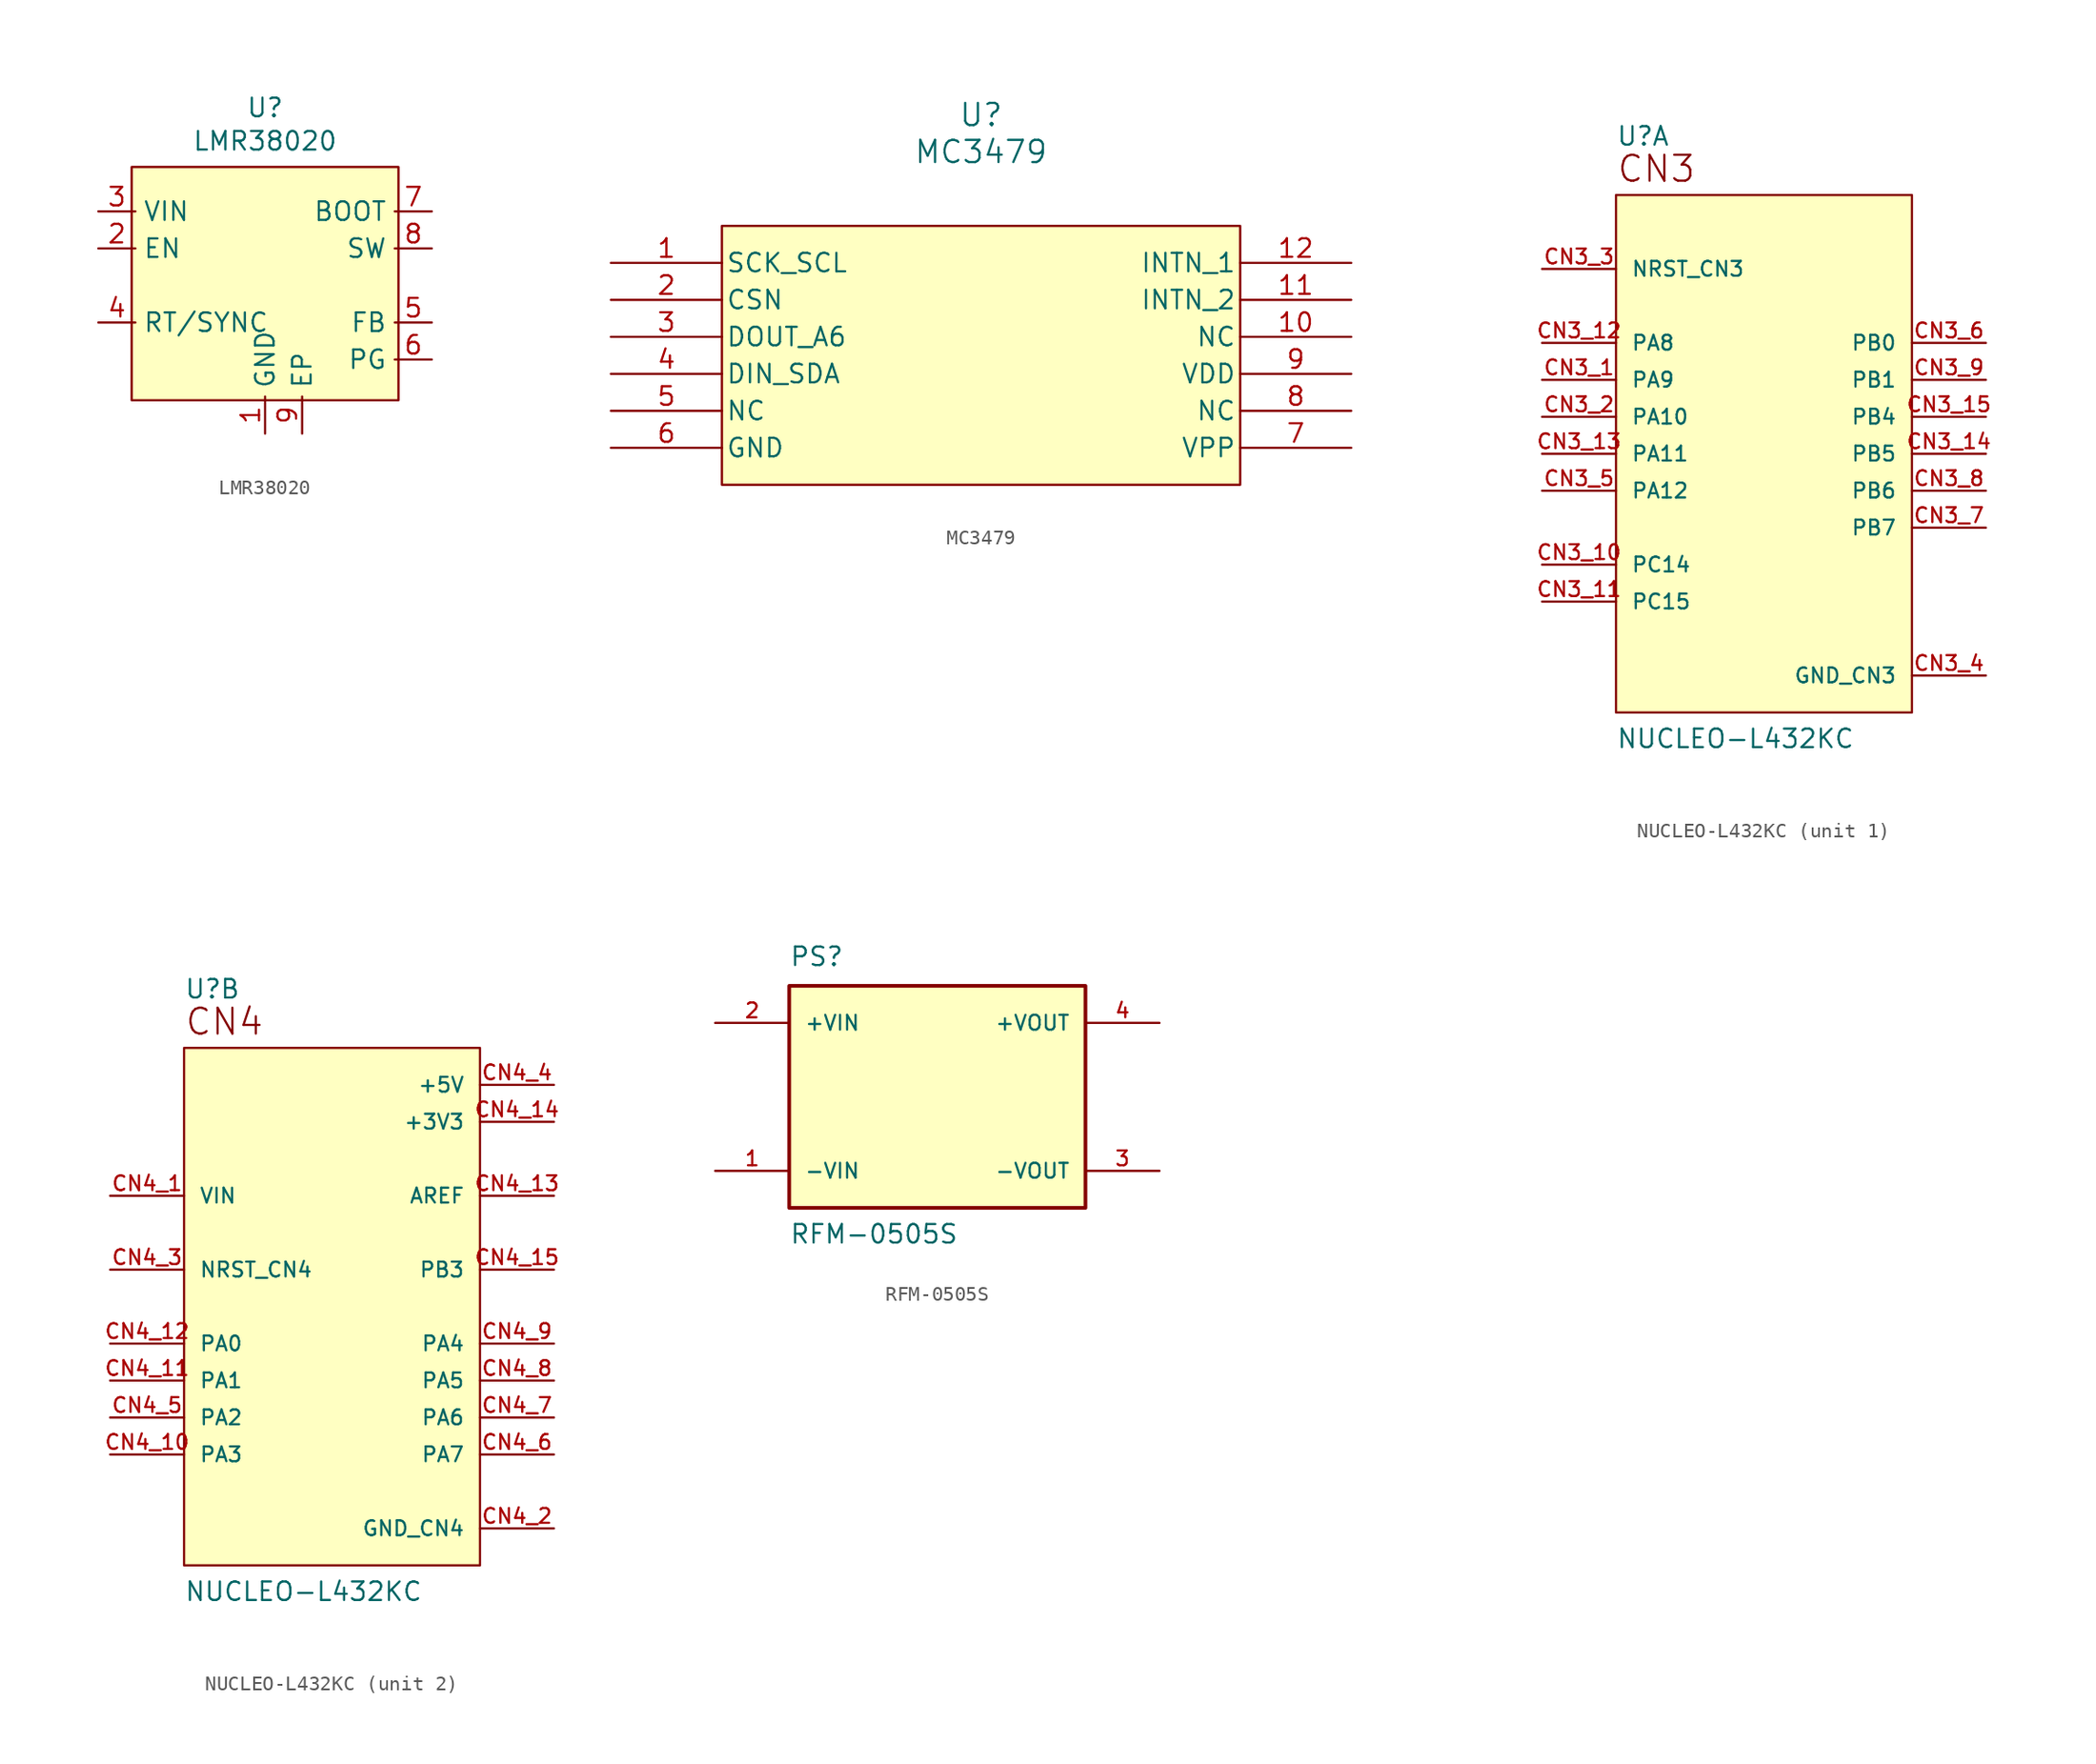
<source format=kicad_sym>
(kicad_symbol_lib
  (version 20231120)
  (generator "kicad_symbol_editor")
  (generator_version "8.0")
  (symbol "LMR38020"
    (property "Reference" "U"
      (at 0 13.462 0)
      (effects (font (size 1.27 1.27))))
    (property "Value" "LMR38020"
      (at 0 11.176 0)
      (effects (font (size 1.27 1.27))))
    (symbol "LMR38020_1_1"
      (rectangle (start -9.144 9.398) (end 9.144 -6.604) (stroke (width 0) (type default)) (fill (type background)))
      (pin power_in line (at 0 -8.89 90) (length 2.54) (name "GND" (effects (font (size 1.27 1.27)))) (number "1" (effects (font (size 1.27 1.27)))))
      (pin power_in line (at -11.43 3.81 0) (length 2.54) (name "EN" (effects (font (size 1.27 1.27)))) (number "2" (effects (font (size 1.27 1.27)))))
      (pin power_in line (at -11.43 6.35 0) (length 2.54) (name "VIN" (effects (font (size 1.27 1.27)))) (number "3" (effects (font (size 1.27 1.27)))))
      (pin power_in line (at -11.43 -1.27 0) (length 2.54) (name "RT/SYNC" (effects (font (size 1.27 1.27)))) (number "4" (effects (font (size 1.27 1.27)))))
      (pin power_in line (at 11.43 -1.27 180) (length 2.54) (name "FB" (effects (font (size 1.27 1.27)))) (number "5" (effects (font (size 1.27 1.27)))))
      (pin power_in line (at 11.43 -3.81 180) (length 2.54) (name "PG" (effects (font (size 1.27 1.27)))) (number "6" (effects (font (size 1.27 1.27)))))
      (pin power_in line (at 11.43 6.35 180) (length 2.54) (name "BOOT" (effects (font (size 1.27 1.27)))) (number "7" (effects (font (size 1.27 1.27)))))
      (pin power_in line (at 11.43 3.81 180) (length 2.54) (name "SW" (effects (font (size 1.27 1.27)))) (number "8" (effects (font (size 1.27 1.27)))))
      (pin input line (at 2.54 -8.89 90) (length 2.54) (name "EP" (effects (font (size 1.27 1.27)))) (number "9" (effects (font (size 1.27 1.27)))))))
  (symbol "MC3479"
    (pin_names
      (offset 0.254))
    (property "Reference" "U"
      (at 25.4 10.16 0)
      (effects (font (size 1.524 1.524))))
    (property "Value" "MC3479"
      (at 25.4 7.62 0)
      (effects (font (size 1.524 1.524))))
    (symbol "MC3479_0_1"
      (pin unspecified line (at 0 0 0) (length 7.62) (name "SCK_SCL" (effects (font (size 1.27 1.27)))) (number "1" (effects (font (size 1.27 1.27)))))
      (pin unspecified line (at 50.8 -5.08 180) (length 7.62) (name "NC" (effects (font (size 1.27 1.27)))) (number "10" (effects (font (size 1.27 1.27)))))
      (pin unspecified line (at 50.8 -2.54 180) (length 7.62) (name "INTN_2" (effects (font (size 1.27 1.27)))) (number "11" (effects (font (size 1.27 1.27)))))
      (pin unspecified line (at 50.8 0 180) (length 7.62) (name "INTN_1" (effects (font (size 1.27 1.27)))) (number "12" (effects (font (size 1.27 1.27)))))
      (pin unspecified line (at 0 -2.54 0) (length 7.62) (name "CSN" (effects (font (size 1.27 1.27)))) (number "2" (effects (font (size 1.27 1.27)))))
      (pin unspecified line (at 0 -5.08 0) (length 7.62) (name "DOUT_A6" (effects (font (size 1.27 1.27)))) (number "3" (effects (font (size 1.27 1.27)))))
      (pin unspecified line (at 0 -7.62 0) (length 7.62) (name "DIN_SDA" (effects (font (size 1.27 1.27)))) (number "4" (effects (font (size 1.27 1.27)))))
      (pin unspecified line (at 0 -10.16 0) (length 7.62) (name "NC" (effects (font (size 1.27 1.27)))) (number "5" (effects (font (size 1.27 1.27)))))
      (pin unspecified line (at 0 -12.7 0) (length 7.62) (name "GND" (effects (font (size 1.27 1.27)))) (number "6" (effects (font (size 1.27 1.27)))))
      (pin unspecified line (at 50.8 -12.7 180) (length 7.62) (name "VPP" (effects (font (size 1.27 1.27)))) (number "7" (effects (font (size 1.27 1.27)))))
      (pin unspecified line (at 50.8 -10.16 180) (length 7.62) (name "NC" (effects (font (size 1.27 1.27)))) (number "8" (effects (font (size 1.27 1.27)))))
      (pin unspecified line (at 50.8 -7.62 180) (length 7.62) (name "VDD" (effects (font (size 1.27 1.27)))) (number "9" (effects (font (size 1.27 1.27))))))
    (symbol "MC3479_1_1"
      (rectangle (start 7.62 2.54) (end 43.18 -15.24) (stroke (width 0) (type default)) (fill (type background)))))
  (symbol "NUCLEO-L432KC"
    (pin_names
      (offset 1.016))
    (property "Reference" "U"
      (at -10.16 21.082 0)
      (effects (font (size 1.27 1.27)) (justify left bottom)))
    (property "Value" "NUCLEO-L432KC"
      (at -10.16 -20.32 0)
      (effects (font (size 1.27 1.27)) (justify left bottom)))
    (symbol "NUCLEO-L432KC_1_0"
      (rectangle (start -10.16 -17.78) (end 10.16 17.78) (stroke (width 0.152) (type default)) (fill (type background)))
      (text "CN3" (at -10.16 18.542 0) (effects (font (size 1.778 1.778)) (justify left bottom)))
      (pin bidirectional line (at -15.24 5.08 0) (length 5.08) (name "PA9" (effects (font (size 1.016 1.016)))) (number "CN3_1" (effects (font (size 1.016 1.016)))))
      (pin bidirectional line (at -15.24 -7.62 0) (length 5.08) (name "PC14" (effects (font (size 1.016 1.016)))) (number "CN3_10" (effects (font (size 1.016 1.016)))))
      (pin bidirectional line (at -15.24 -10.16 0) (length 5.08) (name "PC15" (effects (font (size 1.016 1.016)))) (number "CN3_11" (effects (font (size 1.016 1.016)))))
      (pin bidirectional line (at -15.24 7.62 0) (length 5.08) (name "PA8" (effects (font (size 1.016 1.016)))) (number "CN3_12" (effects (font (size 1.016 1.016)))))
      (pin bidirectional line (at -15.24 0 0) (length 5.08) (name "PA11" (effects (font (size 1.016 1.016)))) (number "CN3_13" (effects (font (size 1.016 1.016)))))
      (pin bidirectional line (at 15.24 0 180) (length 5.08) (name "PB5" (effects (font (size 1.016 1.016)))) (number "CN3_14" (effects (font (size 1.016 1.016)))))
      (pin bidirectional line (at 15.24 2.54 180) (length 5.08) (name "PB4" (effects (font (size 1.016 1.016)))) (number "CN3_15" (effects (font (size 1.016 1.016)))))
      (pin bidirectional line (at -15.24 2.54 0) (length 5.08) (name "PA10" (effects (font (size 1.016 1.016)))) (number "CN3_2" (effects (font (size 1.016 1.016)))))
      (pin bidirectional line (at -15.24 12.7 0) (length 5.08) (name "NRST_CN3" (effects (font (size 1.016 1.016)))) (number "CN3_3" (effects (font (size 1.016 1.016)))))
      (pin power_in line (at 15.24 -15.24 180) (length 5.08) (name "GND_CN3" (effects (font (size 1.016 1.016)))) (number "CN3_4" (effects (font (size 1.016 1.016)))))
      (pin bidirectional line (at -15.24 -2.54 0) (length 5.08) (name "PA12" (effects (font (size 1.016 1.016)))) (number "CN3_5" (effects (font (size 1.016 1.016)))))
      (pin bidirectional line (at 15.24 7.62 180) (length 5.08) (name "PB0" (effects (font (size 1.016 1.016)))) (number "CN3_6" (effects (font (size 1.016 1.016)))))
      (pin bidirectional line (at 15.24 -5.08 180) (length 5.08) (name "PB7" (effects (font (size 1.016 1.016)))) (number "CN3_7" (effects (font (size 1.016 1.016)))))
      (pin bidirectional line (at 15.24 -2.54 180) (length 5.08) (name "PB6" (effects (font (size 1.016 1.016)))) (number "CN3_8" (effects (font (size 1.016 1.016)))))
      (pin bidirectional line (at 15.24 5.08 180) (length 5.08) (name "PB1" (effects (font (size 1.016 1.016)))) (number "CN3_9" (effects (font (size 1.016 1.016))))))
    (symbol "NUCLEO-L432KC_2_0"
      (rectangle (start -10.16 -17.78) (end 10.16 17.78) (stroke (width 0.152) (type default)) (fill (type background)))
      (text "CN4" (at -10.16 18.542 0) (effects (font (size 1.778 1.778)) (justify left bottom)))
      (pin input line (at -15.24 7.62 0) (length 5.08) (name "VIN" (effects (font (size 1.016 1.016)))) (number "CN4_1" (effects (font (size 1.016 1.016)))))
      (pin bidirectional line (at -15.24 -10.16 0) (length 5.08) (name "PA3" (effects (font (size 1.016 1.016)))) (number "CN4_10" (effects (font (size 1.016 1.016)))))
      (pin bidirectional line (at -15.24 -5.08 0) (length 5.08) (name "PA1" (effects (font (size 1.016 1.016)))) (number "CN4_11" (effects (font (size 1.016 1.016)))))
      (pin bidirectional line (at -15.24 -2.54 0) (length 5.08) (name "PA0" (effects (font (size 1.016 1.016)))) (number "CN4_12" (effects (font (size 1.016 1.016)))))
      (pin bidirectional line (at 15.24 7.62 180) (length 5.08) (name "AREF" (effects (font (size 1.016 1.016)))) (number "CN4_13" (effects (font (size 1.016 1.016)))))
      (pin power_in line (at 15.24 12.7 180) (length 5.08) (name "+3V3" (effects (font (size 1.016 1.016)))) (number "CN4_14" (effects (font (size 1.016 1.016)))))
      (pin bidirectional line (at 15.24 2.54 180) (length 5.08) (name "PB3" (effects (font (size 1.016 1.016)))) (number "CN4_15" (effects (font (size 1.016 1.016)))))
      (pin power_in line (at 15.24 -15.24 180) (length 5.08) (name "GND_CN4" (effects (font (size 1.016 1.016)))) (number "CN4_2" (effects (font (size 1.016 1.016)))))
      (pin bidirectional line (at -15.24 2.54 0) (length 5.08) (name "NRST_CN4" (effects (font (size 1.016 1.016)))) (number "CN4_3" (effects (font (size 1.016 1.016)))))
      (pin power_in line (at 15.24 15.24 180) (length 5.08) (name "+5V" (effects (font (size 1.016 1.016)))) (number "CN4_4" (effects (font (size 1.016 1.016)))))
      (pin bidirectional line (at -15.24 -7.62 0) (length 5.08) (name "PA2" (effects (font (size 1.016 1.016)))) (number "CN4_5" (effects (font (size 1.016 1.016)))))
      (pin bidirectional line (at 15.24 -10.16 180) (length 5.08) (name "PA7" (effects (font (size 1.016 1.016)))) (number "CN4_6" (effects (font (size 1.016 1.016)))))
      (pin bidirectional line (at 15.24 -7.62 180) (length 5.08) (name "PA6" (effects (font (size 1.016 1.016)))) (number "CN4_7" (effects (font (size 1.016 1.016)))))
      (pin bidirectional line (at 15.24 -5.08 180) (length 5.08) (name "PA5" (effects (font (size 1.016 1.016)))) (number "CN4_8" (effects (font (size 1.016 1.016)))))
      (pin bidirectional line (at 15.24 -2.54 180) (length 5.08) (name "PA4" (effects (font (size 1.016 1.016)))) (number "CN4_9" (effects (font (size 1.016 1.016)))))))
  (symbol "RFM-0505S"
    (pin_names
      (offset 1.016))
    (property "Reference" "PS"
      (at -10.16 8.89 0)
      (effects (font (size 1.27 1.27)) (justify left bottom)))
    (property "Value" "RFM-0505S"
      (at -10.16 -10.16 0)
      (effects (font (size 1.27 1.27)) (justify left bottom)))
    (symbol "RFM-0505S_0_0"
      (rectangle (start -10.16 -7.62) (end 10.16 7.62) (stroke (width 0.254) (type default)) (fill (type background)))
      (pin input line (at -15.24 -5.08 0) (length 5.08) (name "-VIN" (effects (font (size 1.016 1.016)))) (number "1" (effects (font (size 1.016 1.016)))))
      (pin input line (at -15.24 5.08 0) (length 5.08) (name "+VIN" (effects (font (size 1.016 1.016)))) (number "2" (effects (font (size 1.016 1.016)))))
      (pin output line (at 15.24 -5.08 180) (length 5.08) (name "-VOUT" (effects (font (size 1.016 1.016)))) (number "3" (effects (font (size 1.016 1.016)))))
      (pin output line (at 15.24 5.08 180) (length 5.08) (name "+VOUT" (effects (font (size 1.016 1.016)))) (number "4" (effects (font (size 1.016 1.016))))))))
</source>
